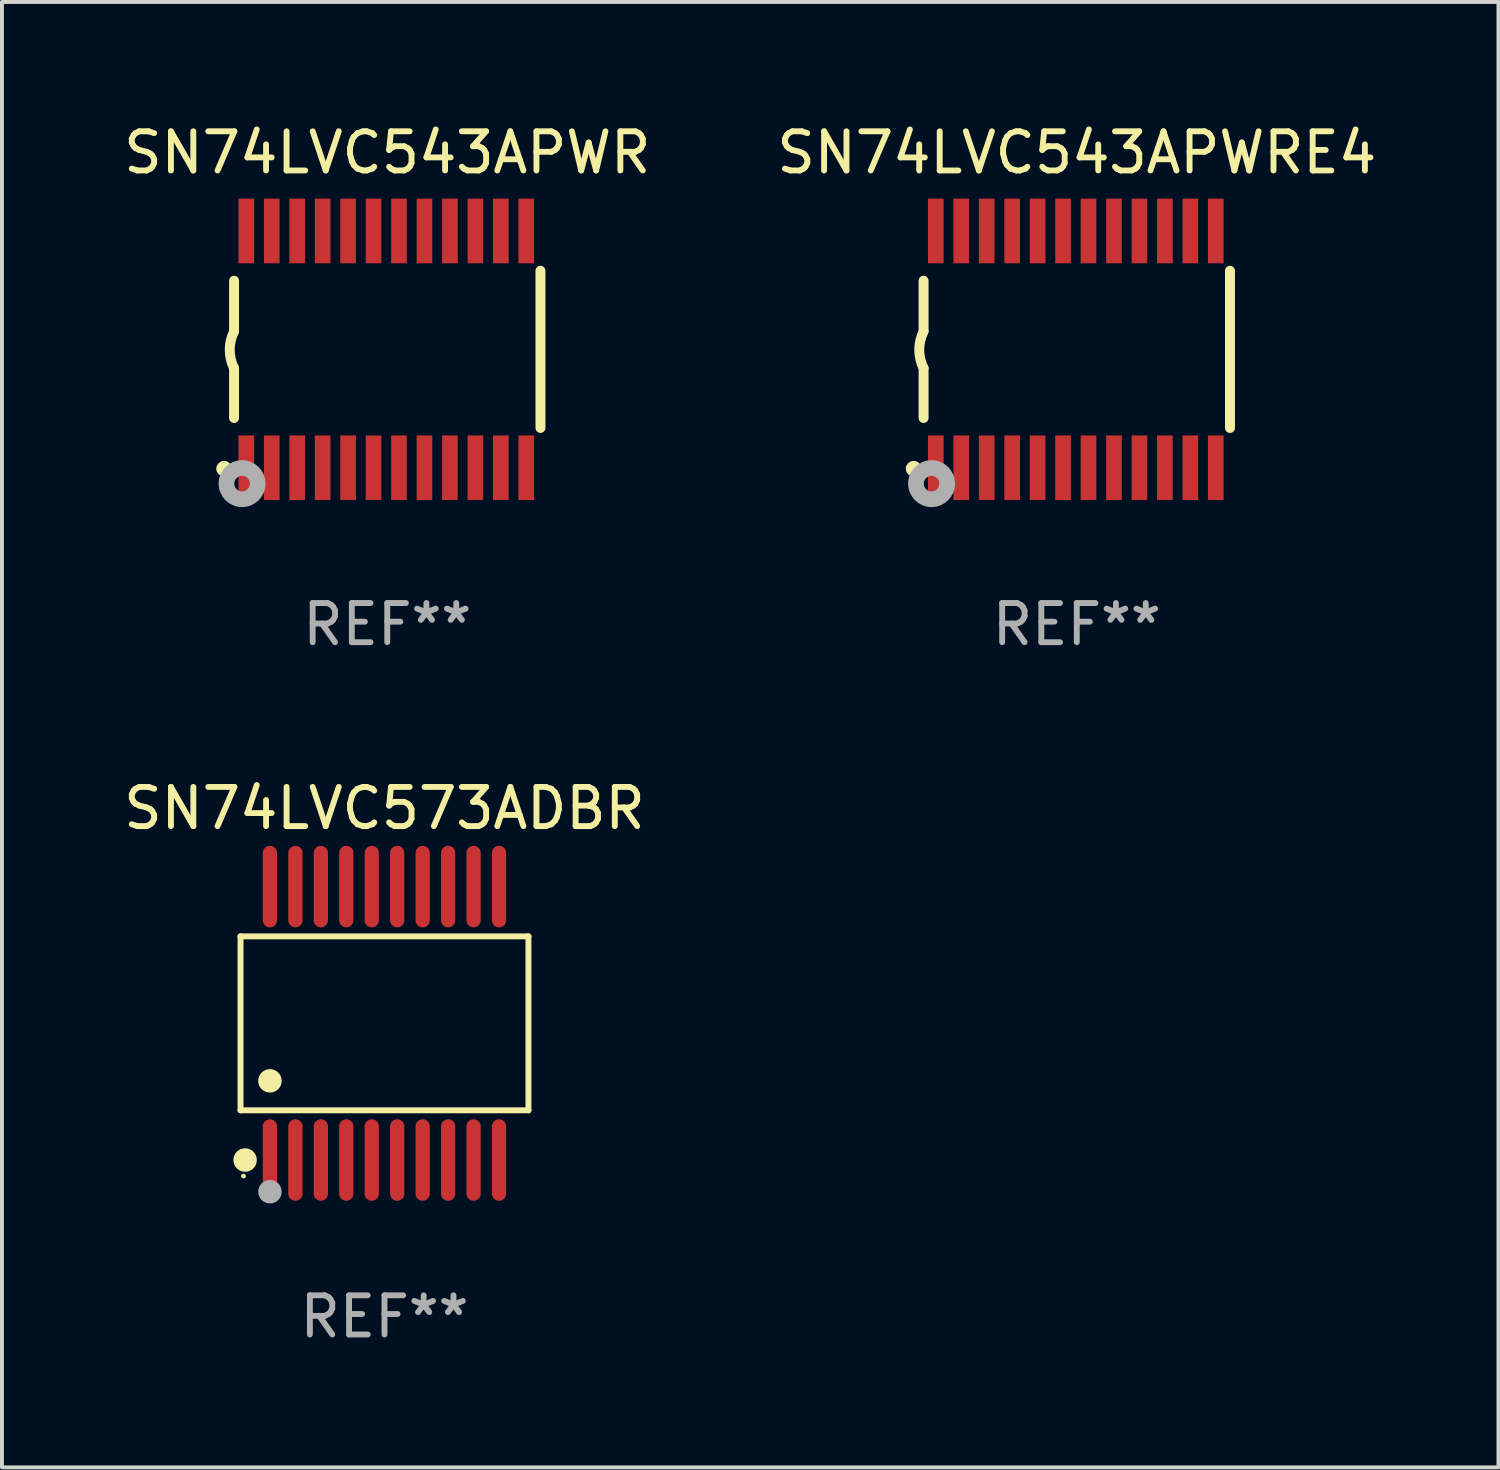
<source format=kicad_pcb>
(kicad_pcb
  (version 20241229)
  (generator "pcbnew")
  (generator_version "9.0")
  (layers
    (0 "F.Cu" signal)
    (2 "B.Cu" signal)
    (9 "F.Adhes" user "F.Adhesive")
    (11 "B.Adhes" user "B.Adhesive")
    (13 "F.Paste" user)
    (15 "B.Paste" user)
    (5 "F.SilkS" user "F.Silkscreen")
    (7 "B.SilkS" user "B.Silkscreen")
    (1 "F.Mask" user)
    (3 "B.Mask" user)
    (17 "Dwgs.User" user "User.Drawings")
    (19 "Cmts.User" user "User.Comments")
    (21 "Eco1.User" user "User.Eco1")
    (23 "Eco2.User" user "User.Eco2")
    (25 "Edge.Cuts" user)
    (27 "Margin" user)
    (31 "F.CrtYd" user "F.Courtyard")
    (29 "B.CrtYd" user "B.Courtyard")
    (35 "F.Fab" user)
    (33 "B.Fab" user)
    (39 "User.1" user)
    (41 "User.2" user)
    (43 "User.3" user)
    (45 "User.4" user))
  (footprint "SN74LVC543APWRE4"
    (layer "F.Cu")
    (at 24.446 5.871)
    (property "Reference" "SN74LVC543APWRE4" (at 0 -5.023 0) (layer "F.SilkS") (effects (font (size 1 1) (thickness 0.15))))
    (attr through_hole)
    (fp_line (start -3.912 -0.483) (end -3.912 -1.753) (stroke (width 0.254) (type solid)) (layer "F.SilkS"))
    (fp_line (start -3.912 1.753) (end -3.912 0.483) (stroke (width 0.254) (type solid)) (layer "F.SilkS"))
    (fp_line (start 3.912 -2.007) (end 3.912 2.007) (stroke (width 0.254) (type solid)) (layer "F.SilkS"))
    (fp_arc (start -3.911608 0.482601) (mid -4.022537 0.0127) (end -3.911608 -0.457201) (stroke (width 0.254001) (type solid)) (layer "F.SilkS"))
    (fp_circle (center -4.166 3.048) (end -4.066 3.048) (stroke (width 0.2) (type solid)) (fill no) (layer "F.SilkS"))
    (fp_circle (center -3.925 3.186) (end -3.895 3.186) (stroke (width 0.06) (type solid)) (fill no) (layer "F.SilkS"))
    (fp_circle (center -3.708 3.429) (end -3.509 3.429) (stroke (width 0.4) (type solid)) (fill no) (layer "F.Fab"))
    (fp_text user "REF**" (at 0 7.023 0) (layer "F.Fab") (effects (font (size 1 1) (thickness 0.15))))
    (pad "1" smd rect (at -3.6 3.023) (size 0.4 1.65) (layers "F.Cu" "F.Mask" "F.Paste"))
    (pad "2" smd rect (at -2.95 3.023) (size 0.4 1.65) (layers "F.Cu" "F.Mask" "F.Paste"))
    (pad "3" smd rect (at -2.3 3.023) (size 0.4 1.65) (layers "F.Cu" "F.Mask" "F.Paste"))
    (pad "4" smd rect (at -1.65 3.023) (size 0.4 1.65) (layers "F.Cu" "F.Mask" "F.Paste"))
    (pad "5" smd rect (at -1 3.023) (size 0.4 1.65) (layers "F.Cu" "F.Mask" "F.Paste"))
    (pad "6" smd rect (at -0.35 3.023) (size 0.4 1.65) (layers "F.Cu" "F.Mask" "F.Paste"))
    (pad "7" smd rect (at 0.299 3.023) (size 0.4 1.65) (layers "F.Cu" "F.Mask" "F.Paste"))
    (pad "8" smd rect (at 0.95 3.023) (size 0.4 1.65) (layers "F.Cu" "F.Mask" "F.Paste"))
    (pad "9" smd rect (at 1.6 3.023) (size 0.4 1.65) (layers "F.Cu" "F.Mask" "F.Paste"))
    (pad "10" smd rect (at 2.25 3.023) (size 0.4 1.65) (layers "F.Cu" "F.Mask" "F.Paste"))
    (pad "11" smd rect (at 2.9 3.023) (size 0.4 1.65) (layers "F.Cu" "F.Mask" "F.Paste"))
    (pad "12" smd rect (at 3.549 3.023) (size 0.4 1.65) (layers "F.Cu" "F.Mask" "F.Paste"))
    (pad "13" smd rect (at 3.549 -3.023) (size 0.4 1.65) (layers "F.Cu" "F.Mask" "F.Paste"))
    (pad "14" smd rect (at 2.9 -3.023) (size 0.4 1.65) (layers "F.Cu" "F.Mask" "F.Paste"))
    (pad "15" smd rect (at 2.25 -3.023) (size 0.4 1.65) (layers "F.Cu" "F.Mask" "F.Paste"))
    (pad "16" smd rect (at 1.6 -3.023) (size 0.4 1.65) (layers "F.Cu" "F.Mask" "F.Paste"))
    (pad "17" smd rect (at 0.95 -3.023) (size 0.4 1.65) (layers "F.Cu" "F.Mask" "F.Paste"))
    (pad "18" smd rect (at 0.299 -3.023) (size 0.4 1.65) (layers "F.Cu" "F.Mask" "F.Paste"))
    (pad "19" smd rect (at -0.35 -3.023) (size 0.4 1.65) (layers "F.Cu" "F.Mask" "F.Paste"))
    (pad "20" smd rect (at -1 -3.023) (size 0.4 1.65) (layers "F.Cu" "F.Mask" "F.Paste"))
    (pad "21" smd rect (at -1.65 -3.023) (size 0.4 1.65) (layers "F.Cu" "F.Mask" "F.Paste"))
    (pad "22" smd rect (at -2.3 -3.023) (size 0.4 1.65) (layers "F.Cu" "F.Mask" "F.Paste"))
    (pad "23" smd rect (at -2.95 -3.023) (size 0.4 1.65) (layers "F.Cu" "F.Mask" "F.Paste"))
    (pad "24" smd rect (at -3.6 -3.023) (size 0.4 1.65) (layers "F.Cu" "F.Mask" "F.Paste")))
  (footprint "SN74LVC543APWR"
    (layer "F.Cu")
    (at 6.839 5.871)
    (property "Reference" "SN74LVC543APWR" (at 0 -5.023 0) (layer "F.SilkS") (effects (font (size 1 1) (thickness 0.15))))
    (attr through_hole)
    (fp_line (start -3.912 -0.483) (end -3.912 -1.753) (stroke (width 0.254) (type solid)) (layer "F.SilkS"))
    (fp_line (start -3.912 1.753) (end -3.912 0.483) (stroke (width 0.254) (type solid)) (layer "F.SilkS"))
    (fp_line (start 3.912 -2.007) (end 3.912 2.007) (stroke (width 0.254) (type solid)) (layer "F.SilkS"))
    (fp_arc (start -3.911608 0.482601) (mid -4.022537 0.0127) (end -3.911608 -0.457201) (stroke (width 0.254001) (type solid)) (layer "F.SilkS"))
    (fp_circle (center -4.166 3.048) (end -4.066 3.048) (stroke (width 0.2) (type solid)) (fill no) (layer "F.SilkS"))
    (fp_circle (center -3.925 3.186) (end -3.895 3.186) (stroke (width 0.06) (type solid)) (fill no) (layer "F.SilkS"))
    (fp_circle (center -3.708 3.429) (end -3.509 3.429) (stroke (width 0.4) (type solid)) (fill no) (layer "F.Fab"))
    (fp_text user "REF**" (at 0 7.023 0) (layer "F.Fab") (effects (font (size 1 1) (thickness 0.15))))
    (pad "1" smd rect (at -3.6 3.023) (size 0.4 1.65) (layers "F.Cu" "F.Mask" "F.Paste"))
    (pad "2" smd rect (at -2.95 3.023) (size 0.4 1.65) (layers "F.Cu" "F.Mask" "F.Paste"))
    (pad "3" smd rect (at -2.3 3.023) (size 0.4 1.65) (layers "F.Cu" "F.Mask" "F.Paste"))
    (pad "4" smd rect (at -1.65 3.023) (size 0.4 1.65) (layers "F.Cu" "F.Mask" "F.Paste"))
    (pad "5" smd rect (at -1 3.023) (size 0.4 1.65) (layers "F.Cu" "F.Mask" "F.Paste"))
    (pad "6" smd rect (at -0.35 3.023) (size 0.4 1.65) (layers "F.Cu" "F.Mask" "F.Paste"))
    (pad "7" smd rect (at 0.299 3.023) (size 0.4 1.65) (layers "F.Cu" "F.Mask" "F.Paste"))
    (pad "8" smd rect (at 0.95 3.023) (size 0.4 1.65) (layers "F.Cu" "F.Mask" "F.Paste"))
    (pad "9" smd rect (at 1.6 3.023) (size 0.4 1.65) (layers "F.Cu" "F.Mask" "F.Paste"))
    (pad "10" smd rect (at 2.25 3.023) (size 0.4 1.65) (layers "F.Cu" "F.Mask" "F.Paste"))
    (pad "11" smd rect (at 2.9 3.023) (size 0.4 1.65) (layers "F.Cu" "F.Mask" "F.Paste"))
    (pad "12" smd rect (at 3.549 3.023) (size 0.4 1.65) (layers "F.Cu" "F.Mask" "F.Paste"))
    (pad "13" smd rect (at 3.549 -3.023) (size 0.4 1.65) (layers "F.Cu" "F.Mask" "F.Paste"))
    (pad "14" smd rect (at 2.9 -3.023) (size 0.4 1.65) (layers "F.Cu" "F.Mask" "F.Paste"))
    (pad "15" smd rect (at 2.25 -3.023) (size 0.4 1.65) (layers "F.Cu" "F.Mask" "F.Paste"))
    (pad "16" smd rect (at 1.6 -3.023) (size 0.4 1.65) (layers "F.Cu" "F.Mask" "F.Paste"))
    (pad "17" smd rect (at 0.95 -3.023) (size 0.4 1.65) (layers "F.Cu" "F.Mask" "F.Paste"))
    (pad "18" smd rect (at 0.299 -3.023) (size 0.4 1.65) (layers "F.Cu" "F.Mask" "F.Paste"))
    (pad "19" smd rect (at -0.35 -3.023) (size 0.4 1.65) (layers "F.Cu" "F.Mask" "F.Paste"))
    (pad "20" smd rect (at -1 -3.023) (size 0.4 1.65) (layers "F.Cu" "F.Mask" "F.Paste"))
    (pad "21" smd rect (at -1.65 -3.023) (size 0.4 1.65) (layers "F.Cu" "F.Mask" "F.Paste"))
    (pad "22" smd rect (at -2.3 -3.023) (size 0.4 1.65) (layers "F.Cu" "F.Mask" "F.Paste"))
    (pad "23" smd rect (at -2.95 -3.023) (size 0.4 1.65) (layers "F.Cu" "F.Mask" "F.Paste"))
    (pad "24" smd rect (at -3.6 -3.023) (size 0.4 1.65) (layers "F.Cu" "F.Mask" "F.Paste")))
  (footprint "SN74LVC573ADBR"
    (layer "F.Cu")
    (at 6.768 23.081)
    (property "Reference" "SN74LVC573ADBR" (at 0 -5.491 0) (layer "F.SilkS") (effects (font (size 1 1) (thickness 0.15))))
    (attr through_hole)
    (fp_line (start -3.676 -2.221) (end 3.676 -2.221) (stroke (width 0.152) (type solid)) (layer "F.SilkS"))
    (fp_line (start -3.676 2.221) (end -3.676 -2.221) (stroke (width 0.152) (type solid)) (layer "F.SilkS"))
    (fp_line (start 3.676 -2.221) (end 3.676 2.221) (stroke (width 0.152) (type solid)) (layer "F.SilkS"))
    (fp_line (start 3.676 2.221) (end -3.676 2.221) (stroke (width 0.152) (type solid)) (layer "F.SilkS"))
    (fp_circle (center -3.6 3.9) (end -3.57 3.9) (stroke (width 0.06) (type solid)) (fill no) (layer "F.SilkS"))
    (fp_circle (center -3.559 3.491) (end -3.409 3.491) (stroke (width 0.3) (type solid)) (fill no) (layer "F.SilkS"))
    (fp_circle (center -2.925 1.469) (end -2.775 1.469) (stroke (width 0.3) (type solid)) (fill no) (layer "F.SilkS"))
    (fp_circle (center -2.925 4.3) (end -2.775 4.3) (stroke (width 0.3) (type solid)) (fill no) (layer "F.Fab"))
    (fp_text user "REF**" (at 0 7.491 0) (layer "F.Fab") (effects (font (size 1 1) (thickness 0.15))))
    (pad "1" smd oval (at -2.925 3.491) (size 0.364 2.082) (layers "F.Cu" "F.Mask" "F.Paste"))
    (pad "2" smd oval (at -2.275 3.491) (size 0.364 2.082) (layers "F.Cu" "F.Mask" "F.Paste"))
    (pad "3" smd oval (at -1.625 3.491) (size 0.364 2.082) (layers "F.Cu" "F.Mask" "F.Paste"))
    (pad "4" smd oval (at -0.975 3.491) (size 0.364 2.082) (layers "F.Cu" "F.Mask" "F.Paste"))
    (pad "5" smd oval (at -0.325 3.491) (size 0.364 2.082) (layers "F.Cu" "F.Mask" "F.Paste"))
    (pad "6" smd oval (at 0.325 3.491) (size 0.364 2.082) (layers "F.Cu" "F.Mask" "F.Paste"))
    (pad "7" smd oval (at 0.975 3.491) (size 0.364 2.082) (layers "F.Cu" "F.Mask" "F.Paste"))
    (pad "8" smd oval (at 1.625 3.491) (size 0.364 2.082) (layers "F.Cu" "F.Mask" "F.Paste"))
    (pad "9" smd oval (at 2.275 3.491) (size 0.364 2.082) (layers "F.Cu" "F.Mask" "F.Paste"))
    (pad "10" smd oval (at 2.925 3.491) (size 0.364 2.082) (layers "F.Cu" "F.Mask" "F.Paste"))
    (pad "11" smd oval (at 2.925 -3.491) (size 0.364 2.082) (layers "F.Cu" "F.Mask" "F.Paste"))
    (pad "12" smd oval (at 2.275 -3.491) (size 0.364 2.082) (layers "F.Cu" "F.Mask" "F.Paste"))
    (pad "13" smd oval (at 1.625 -3.491) (size 0.364 2.082) (layers "F.Cu" "F.Mask" "F.Paste"))
    (pad "14" smd oval (at 0.975 -3.491) (size 0.364 2.082) (layers "F.Cu" "F.Mask" "F.Paste"))
    (pad "15" smd oval (at 0.325 -3.491) (size 0.364 2.082) (layers "F.Cu" "F.Mask" "F.Paste"))
    (pad "16" smd oval (at -0.325 -3.491) (size 0.364 2.082) (layers "F.Cu" "F.Mask" "F.Paste"))
    (pad "17" smd oval (at -0.975 -3.491) (size 0.364 2.082) (layers "F.Cu" "F.Mask" "F.Paste"))
    (pad "18" smd oval (at -1.625 -3.491) (size 0.364 2.082) (layers "F.Cu" "F.Mask" "F.Paste"))
    (pad "19" smd oval (at -2.275 -3.491) (size 0.364 2.082) (layers "F.Cu" "F.Mask" "F.Paste"))
    (pad "20" smd oval (at -2.925 -3.491) (size 0.364 2.082) (layers "F.Cu" "F.Mask" "F.Paste")))
  (gr_rect
    (start -3 -3)
    (end 35.214 34.42)
    (stroke (width 0.1) (type default))
    (fill no)
    (layer "Edge.Cuts")))
</source>
